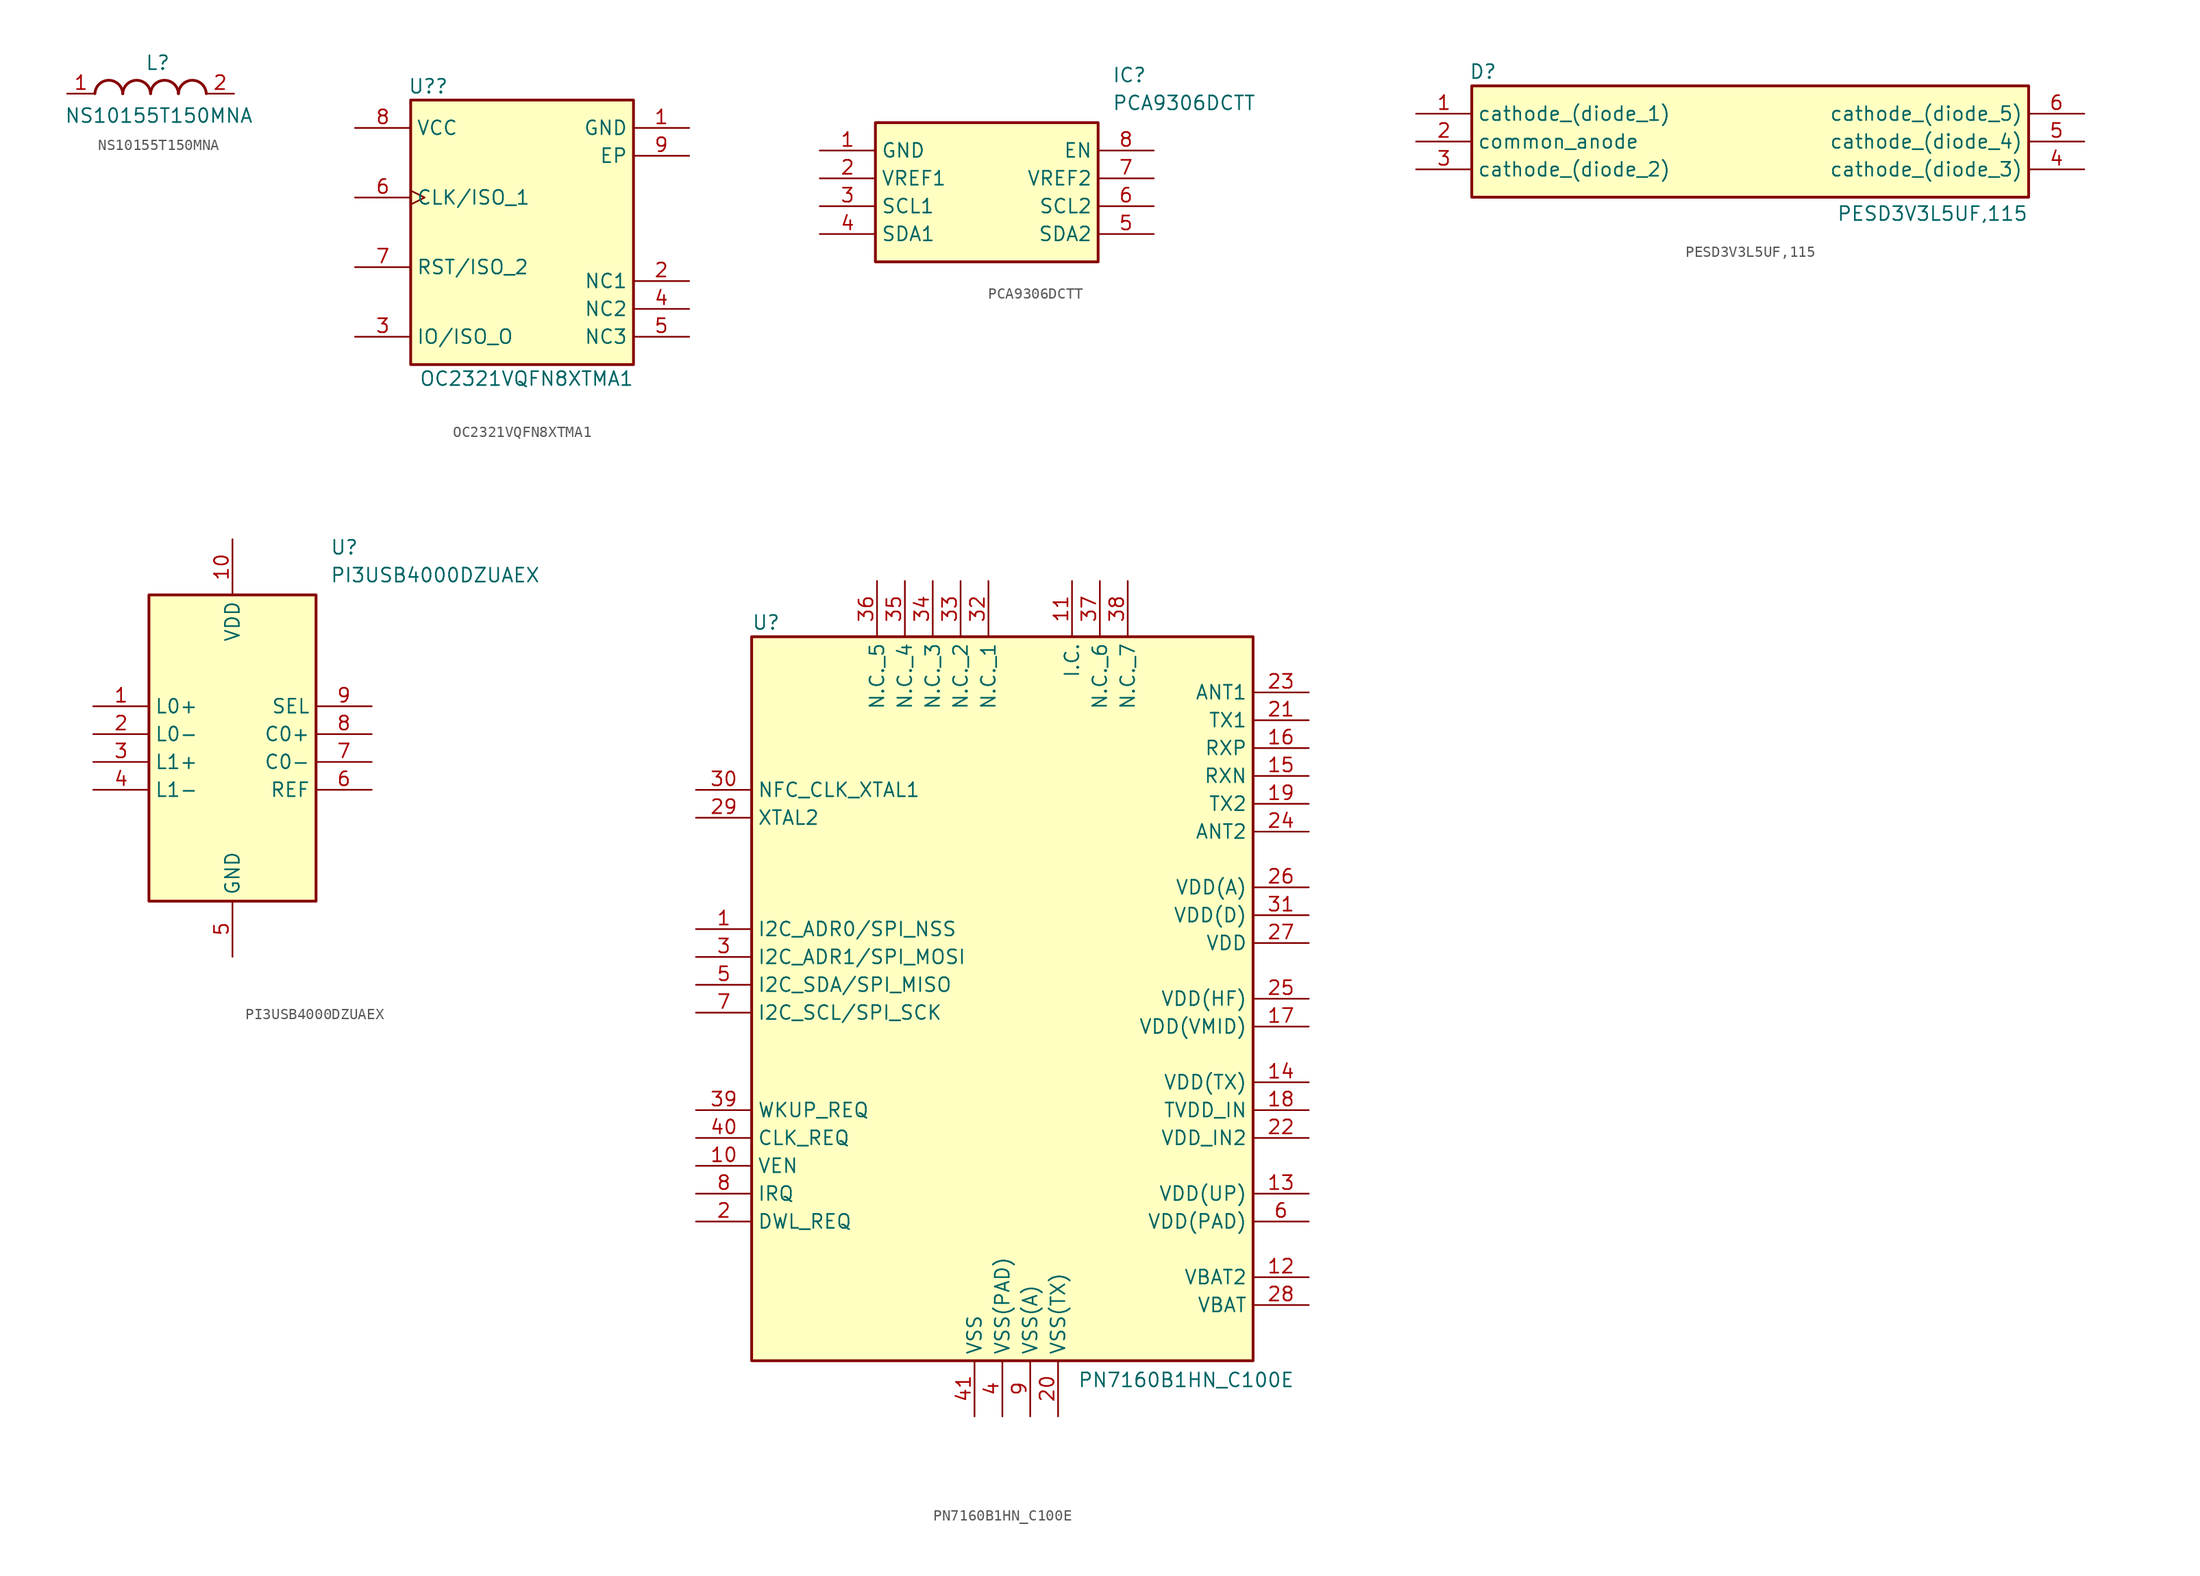
<source format=kicad_sym>
(kicad_symbol_lib
  (version 20241209)
  (generator "kicad_symbol_editor")
  (generator_version "9.0")
  (symbol "NS10155T150MNA"
    (pin_names
      (hide yes))
    (property "Reference" "L"
      (at -0.508 3.556 0)
      (effects (font (size 1.27 1.27)) (justify left top)))
    (property "Value" "NS10155T150MNA"
      (at -7.874 -1.27 0)
      (effects (font (size 1.27 1.27)) (justify left top)))
    (symbol "NS10155T150MNA_1_1"
      (arc (start -5.08 0) (mid -3.81 1.219) (end -2.54 0) (stroke (width 0.254) (type default)) (fill (type none)))
      (arc (start -2.54 0) (mid -1.27 1.219) (end 0 0) (stroke (width 0.254) (type default)) (fill (type none)))
      (arc (start 0 0) (mid 1.27 1.219) (end 2.54 0) (stroke (width 0.254) (type default)) (fill (type none)))
      (arc (start 2.54 0) (mid 3.81 1.219) (end 5.08 0) (stroke (width 0.254) (type default)) (fill (type none)))
      (pin passive line (at -7.62 0 0) (length 2.54) (name "1" (effects (font (size 1.27 1.27)))) (number "1" (effects (font (size 1.27 1.27)))))
      (pin passive line (at 7.62 0 180) (length 2.54) (name "2" (effects (font (size 1.27 1.27)))) (number "2" (effects (font (size 1.27 1.27)))))))
  (symbol "OC2321VQFN8XTMA1"
    (property "Reference" "U?"
      (at -10.414 9.398 0)
      (effects (font (size 1.27 1.27)) (justify left bottom)))
    (property "Value" "OC2321VQFN8XTMA1"
      (at -9.398 -17.272 0)
      (effects (font (size 1.27 1.27)) (justify left bottom)))
    (symbol "OC2321VQFN8XTMA1_1_0"
      (rectangle (start -10.16 8.89) (end 10.16 -15.24) (stroke (width 0.254) (type solid)) (fill (type background)))
      (pin passive line (at -15.24 6.35 0) (length 5.08) (name "VCC" (effects (font (size 1.27 1.27)))) (number "8" (effects (font (size 1.27 1.27)))))
      (pin input clock (at -15.24 0 0) (length 5.08) (name "CLK/ISO_1" (effects (font (size 1.27 1.27)))) (number "6" (effects (font (size 1.27 1.27)))))
      (pin input line (at -15.24 -6.35 0) (length 5.08) (name "RST/ISO_2" (effects (font (size 1.27 1.27)))) (number "7" (effects (font (size 1.27 1.27)))))
      (pin bidirectional line (at -15.24 -12.7 0) (length 5.08) (name "IO/ISO_O" (effects (font (size 1.27 1.27)))) (number "3" (effects (font (size 1.27 1.27)))))
      (pin passive line (at 15.24 6.35 180) (length 5.08) (name "GND" (effects (font (size 1.27 1.27)))) (number "1" (effects (font (size 1.27 1.27)))))
      (pin passive line (at 15.24 3.81 180) (length 5.08) (name "EP" (effects (font (size 1.27 1.27)))) (number "9" (effects (font (size 1.27 1.27)))))
      (pin passive line (at 15.24 -7.62 180) (length 5.08) (name "NC1" (effects (font (size 1.27 1.27)))) (number "2" (effects (font (size 1.27 1.27)))))
      (pin passive line (at 15.24 -10.16 180) (length 5.08) (name "NC2" (effects (font (size 1.27 1.27)))) (number "4" (effects (font (size 1.27 1.27)))))
      (pin passive line (at 15.24 -12.7 180) (length 5.08) (name "NC3" (effects (font (size 1.27 1.27)))) (number "5" (effects (font (size 1.27 1.27)))))))
  (symbol "PCA9306DCTT"
    (property "Reference" "IC"
      (at 26.67 7.62 0)
      (effects (font (size 1.27 1.27)) (justify left top)))
    (property "Value" "PCA9306DCTT"
      (at 26.67 5.08 0)
      (effects (font (size 1.27 1.27)) (justify left top)))
    (symbol "PCA9306DCTT_1_1"
      (rectangle (start 5.08 2.54) (end 25.4 -10.16) (stroke (width 0.254) (type default)) (fill (type background)))
      (pin passive line (at 0 0 0) (length 5.08) (name "GND" (effects (font (size 1.27 1.27)))) (number "1" (effects (font (size 1.27 1.27)))))
      (pin passive line (at 0 -2.54 0) (length 5.08) (name "VREF1" (effects (font (size 1.27 1.27)))) (number "2" (effects (font (size 1.27 1.27)))))
      (pin passive line (at 0 -5.08 0) (length 5.08) (name "SCL1" (effects (font (size 1.27 1.27)))) (number "3" (effects (font (size 1.27 1.27)))))
      (pin passive line (at 0 -7.62 0) (length 5.08) (name "SDA1" (effects (font (size 1.27 1.27)))) (number "4" (effects (font (size 1.27 1.27)))))
      (pin passive line (at 30.48 0 180) (length 5.08) (name "EN" (effects (font (size 1.27 1.27)))) (number "8" (effects (font (size 1.27 1.27)))))
      (pin passive line (at 30.48 -2.54 180) (length 5.08) (name "VREF2" (effects (font (size 1.27 1.27)))) (number "7" (effects (font (size 1.27 1.27)))))
      (pin passive line (at 30.48 -5.08 180) (length 5.08) (name "SCL2" (effects (font (size 1.27 1.27)))) (number "6" (effects (font (size 1.27 1.27)))))
      (pin passive line (at 30.48 -7.62 180) (length 5.08) (name "SDA2" (effects (font (size 1.27 1.27)))) (number "5" (effects (font (size 1.27 1.27)))))))
  (symbol "PESD3V3L5UF,115"
    (property "Reference" "D"
      (at -26.924 7.112 0)
      (effects (font (size 1.27 1.27)) (justify left top)))
    (property "Value" "PESD3V3L5UF,115"
      (at 6.604 -5.842 0)
      (effects (font (size 1.27 1.27)) (justify left top)))
    (symbol "PESD3V3L5UF,115_1_1"
      (rectangle (start -26.67 5.08) (end 24.13 -5.08) (stroke (width 0.254) (type default)) (fill (type background)))
      (pin passive line (at -31.75 2.54 0) (length 5.08) (name "cathode_(diode_1)" (effects (font (size 1.27 1.27)))) (number "1" (effects (font (size 1.27 1.27)))))
      (pin passive line (at -31.75 0 0) (length 5.08) (name "common_anode" (effects (font (size 1.27 1.27)))) (number "2" (effects (font (size 1.27 1.27)))))
      (pin passive line (at -31.75 -2.54 0) (length 5.08) (name "cathode_(diode_2)" (effects (font (size 1.27 1.27)))) (number "3" (effects (font (size 1.27 1.27)))))
      (pin passive line (at 29.21 2.54 180) (length 5.08) (name "cathode_(diode_5)" (effects (font (size 1.27 1.27)))) (number "6" (effects (font (size 1.27 1.27)))))
      (pin passive line (at 29.21 0 180) (length 5.08) (name "cathode_(diode_4)" (effects (font (size 1.27 1.27)))) (number "5" (effects (font (size 1.27 1.27)))))
      (pin passive line (at 29.21 -2.54 180) (length 5.08) (name "cathode_(diode_3)" (effects (font (size 1.27 1.27)))) (number "4" (effects (font (size 1.27 1.27)))))))
  (symbol "PI3USB4000DZUAEX"
    (property "Reference" "U"
      (at 21.59 15.24 0)
      (effects (font (size 1.27 1.27)) (justify left top)))
    (property "Value" "PI3USB4000DZUAEX"
      (at 21.59 12.7 0)
      (effects (font (size 1.27 1.27)) (justify left top)))
    (symbol "PI3USB4000DZUAEX_1_1"
      (rectangle (start 5.08 10.16) (end 20.32 -17.78) (stroke (width 0.254) (type default)) (fill (type background)))
      (pin passive line (at 0 0 0) (length 5.08) (name "L0+" (effects (font (size 1.27 1.27)))) (number "1" (effects (font (size 1.27 1.27)))))
      (pin passive line (at 0 -2.54 0) (length 5.08) (name "L0-" (effects (font (size 1.27 1.27)))) (number "2" (effects (font (size 1.27 1.27)))))
      (pin passive line (at 0 -5.08 0) (length 5.08) (name "L1+" (effects (font (size 1.27 1.27)))) (number "3" (effects (font (size 1.27 1.27)))))
      (pin passive line (at 0 -7.62 0) (length 5.08) (name "L1-" (effects (font (size 1.27 1.27)))) (number "4" (effects (font (size 1.27 1.27)))))
      (pin passive line (at 12.7 15.24 270) (length 5.08) (name "VDD" (effects (font (size 1.27 1.27)))) (number "10" (effects (font (size 1.27 1.27)))))
      (pin passive line (at 12.7 -22.86 90) (length 5.08) (name "GND" (effects (font (size 1.27 1.27)))) (number "5" (effects (font (size 1.27 1.27)))))
      (pin passive line (at 25.4 0 180) (length 5.08) (name "SEL" (effects (font (size 1.27 1.27)))) (number "9" (effects (font (size 1.27 1.27)))))
      (pin passive line (at 25.4 -2.54 180) (length 5.08) (name "C0+" (effects (font (size 1.27 1.27)))) (number "8" (effects (font (size 1.27 1.27)))))
      (pin passive line (at 25.4 -5.08 180) (length 5.08) (name "C0-" (effects (font (size 1.27 1.27)))) (number "7" (effects (font (size 1.27 1.27)))))
      (pin passive line (at 25.4 -7.62 180) (length 5.08) (name "REF" (effects (font (size 1.27 1.27)))) (number "6" (effects (font (size 1.27 1.27)))))))
  (symbol "PN7160B1HN_C100E"
    (property "Reference" "U"
      (at -24.13 35.052 0)
      (effects (font (size 1.27 1.27)) (justify left top)))
    (property "Value" "PN7160B1HN_C100E"
      (at 5.588 -34.036 0)
      (effects (font (size 1.27 1.27)) (justify left top)))
    (symbol "PN7160B1HN_C100E_1_1"
      (rectangle (start -24.13 33.02) (end 21.59 -33.02) (stroke (width 0.254) (type default)) (fill (type background)))
      (pin passive line (at -29.21 19.05 0) (length 5.08) (name "NFC_CLK_XTAL1" (effects (font (size 1.27 1.27)))) (number "30" (effects (font (size 1.27 1.27)))))
      (pin passive line (at -29.21 16.51 0) (length 5.08) (name "XTAL2" (effects (font (size 1.27 1.27)))) (number "29" (effects (font (size 1.27 1.27)))))
      (pin passive line (at -29.21 6.35 0) (length 5.08) (name "I2C_ADR0/SPI_NSS" (effects (font (size 1.27 1.27)))) (number "1" (effects (font (size 1.27 1.27)))))
      (pin passive line (at -29.21 3.81 0) (length 5.08) (name "I2C_ADR1/SPI_MOSI" (effects (font (size 1.27 1.27)))) (number "3" (effects (font (size 1.27 1.27)))))
      (pin passive line (at -29.21 1.27 0) (length 5.08) (name "I2C_SDA/SPI_MISO" (effects (font (size 1.27 1.27)))) (number "5" (effects (font (size 1.27 1.27)))))
      (pin passive line (at -29.21 -1.27 0) (length 5.08) (name "I2C_SCL/SPI_SCK" (effects (font (size 1.27 1.27)))) (number "7" (effects (font (size 1.27 1.27)))))
      (pin passive line (at -29.21 -10.16 0) (length 5.08) (name "WKUP_REQ" (effects (font (size 1.27 1.27)))) (number "39" (effects (font (size 1.27 1.27)))))
      (pin passive line (at -29.21 -12.7 0) (length 5.08) (name "CLK_REQ" (effects (font (size 1.27 1.27)))) (number "40" (effects (font (size 1.27 1.27)))))
      (pin passive line (at -29.21 -15.24 0) (length 5.08) (name "VEN" (effects (font (size 1.27 1.27)))) (number "10" (effects (font (size 1.27 1.27)))))
      (pin passive line (at -29.21 -17.78 0) (length 5.08) (name "IRQ" (effects (font (size 1.27 1.27)))) (number "8" (effects (font (size 1.27 1.27)))))
      (pin passive line (at -29.21 -20.32 0) (length 5.08) (name "DWL_REQ" (effects (font (size 1.27 1.27)))) (number "2" (effects (font (size 1.27 1.27)))))
      (pin passive line (at -12.7 38.1 270) (length 5.08) (name "N.C._5" (effects (font (size 1.27 1.27)))) (number "36" (effects (font (size 1.27 1.27)))))
      (pin passive line (at -10.16 38.1 270) (length 5.08) (name "N.C._4" (effects (font (size 1.27 1.27)))) (number "35" (effects (font (size 1.27 1.27)))))
      (pin passive line (at -7.62 38.1 270) (length 5.08) (name "N.C._3" (effects (font (size 1.27 1.27)))) (number "34" (effects (font (size 1.27 1.27)))))
      (pin passive line (at -5.08 38.1 270) (length 5.08) (name "N.C._2" (effects (font (size 1.27 1.27)))) (number "33" (effects (font (size 1.27 1.27)))))
      (pin passive line (at -3.81 -38.1 90) (length 5.08) (name "VSS" (effects (font (size 1.27 1.27)))) (number "41" (effects (font (size 1.27 1.27)))))
      (pin passive line (at -2.54 38.1 270) (length 5.08) (name "N.C._1" (effects (font (size 1.27 1.27)))) (number "32" (effects (font (size 1.27 1.27)))))
      (pin passive line (at -1.27 -38.1 90) (length 5.08) (name "VSS(PAD)" (effects (font (size 1.27 1.27)))) (number "4" (effects (font (size 1.27 1.27)))))
      (pin passive line (at 1.27 -38.1 90) (length 5.08) (name "VSS(A)" (effects (font (size 1.27 1.27)))) (number "9" (effects (font (size 1.27 1.27)))))
      (pin passive line (at 3.81 -38.1 90) (length 5.08) (name "VSS(TX)" (effects (font (size 1.27 1.27)))) (number "20" (effects (font (size 1.27 1.27)))))
      (pin passive line (at 5.08 38.1 270) (length 5.08) (name "I.C." (effects (font (size 1.27 1.27)))) (number "11" (effects (font (size 1.27 1.27)))))
      (pin passive line (at 7.62 38.1 270) (length 5.08) (name "N.C._6" (effects (font (size 1.27 1.27)))) (number "37" (effects (font (size 1.27 1.27)))))
      (pin passive line (at 10.16 38.1 270) (length 5.08) (name "N.C._7" (effects (font (size 1.27 1.27)))) (number "38" (effects (font (size 1.27 1.27)))))
      (pin passive line (at 26.67 27.94 180) (length 5.08) (name "ANT1" (effects (font (size 1.27 1.27)))) (number "23" (effects (font (size 1.27 1.27)))))
      (pin passive line (at 26.67 25.4 180) (length 5.08) (name "TX1" (effects (font (size 1.27 1.27)))) (number "21" (effects (font (size 1.27 1.27)))))
      (pin passive line (at 26.67 22.86 180) (length 5.08) (name "RXP" (effects (font (size 1.27 1.27)))) (number "16" (effects (font (size 1.27 1.27)))))
      (pin passive line (at 26.67 20.32 180) (length 5.08) (name "RXN" (effects (font (size 1.27 1.27)))) (number "15" (effects (font (size 1.27 1.27)))))
      (pin passive line (at 26.67 17.78 180) (length 5.08) (name "TX2" (effects (font (size 1.27 1.27)))) (number "19" (effects (font (size 1.27 1.27)))))
      (pin passive line (at 26.67 15.24 180) (length 5.08) (name "ANT2" (effects (font (size 1.27 1.27)))) (number "24" (effects (font (size 1.27 1.27)))))
      (pin passive line (at 26.67 10.16 180) (length 5.08) (name "VDD(A)" (effects (font (size 1.27 1.27)))) (number "26" (effects (font (size 1.27 1.27)))))
      (pin passive line (at 26.67 7.62 180) (length 5.08) (name "VDD(D)" (effects (font (size 1.27 1.27)))) (number "31" (effects (font (size 1.27 1.27)))))
      (pin passive line (at 26.67 5.08 180) (length 5.08) (name "VDD" (effects (font (size 1.27 1.27)))) (number "27" (effects (font (size 1.27 1.27)))))
      (pin passive line (at 26.67 0 180) (length 5.08) (name "VDD(HF)" (effects (font (size 1.27 1.27)))) (number "25" (effects (font (size 1.27 1.27)))))
      (pin passive line (at 26.67 -2.54 180) (length 5.08) (name "VDD(VMID)" (effects (font (size 1.27 1.27)))) (number "17" (effects (font (size 1.27 1.27)))))
      (pin passive line (at 26.67 -7.62 180) (length 5.08) (name "VDD(TX)" (effects (font (size 1.27 1.27)))) (number "14" (effects (font (size 1.27 1.27)))))
      (pin passive line (at 26.67 -10.16 180) (length 5.08) (name "TVDD_IN" (effects (font (size 1.27 1.27)))) (number "18" (effects (font (size 1.27 1.27)))))
      (pin passive line (at 26.67 -12.7 180) (length 5.08) (name "VDD_IN2" (effects (font (size 1.27 1.27)))) (number "22" (effects (font (size 1.27 1.27)))))
      (pin passive line (at 26.67 -17.78 180) (length 5.08) (name "VDD(UP)" (effects (font (size 1.27 1.27)))) (number "13" (effects (font (size 1.27 1.27)))))
      (pin passive line (at 26.67 -20.32 180) (length 5.08) (name "VDD(PAD)" (effects (font (size 1.27 1.27)))) (number "6" (effects (font (size 1.27 1.27)))))
      (pin passive line (at 26.67 -25.4 180) (length 5.08) (name "VBAT2" (effects (font (size 1.27 1.27)))) (number "12" (effects (font (size 1.27 1.27)))))
      (pin passive line (at 26.67 -27.94 180) (length 5.08) (name "VBAT" (effects (font (size 1.27 1.27)))) (number "28" (effects (font (size 1.27 1.27))))))))
</source>
